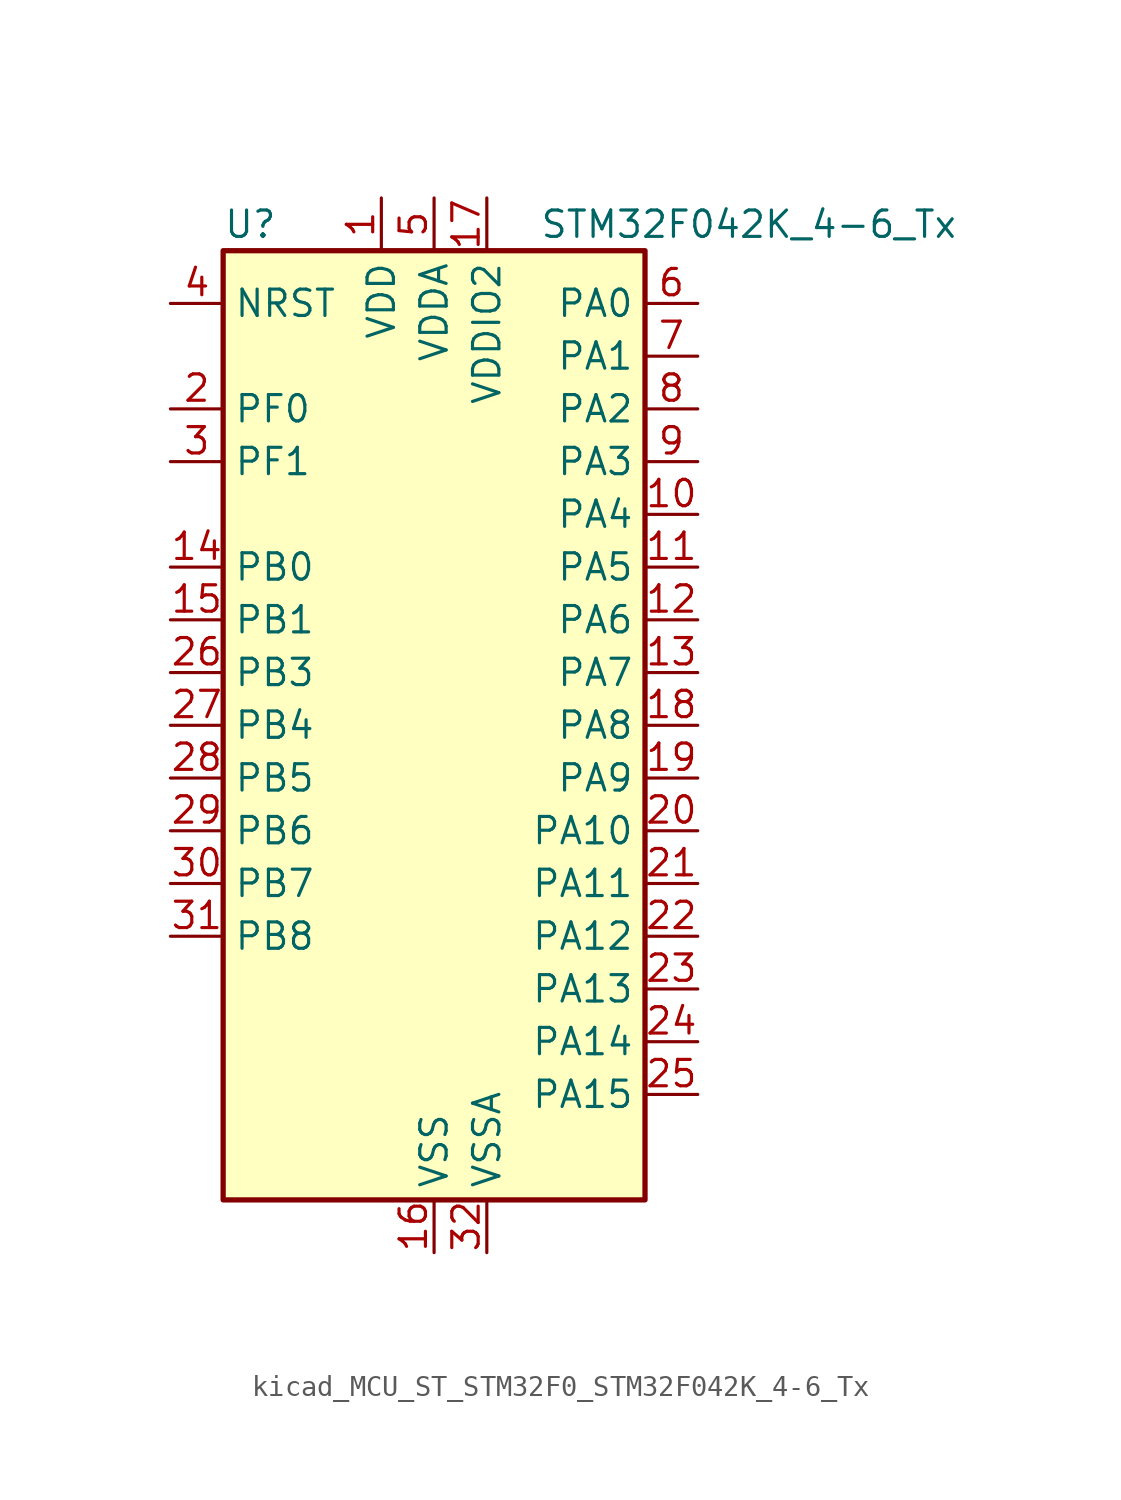
<source format=kicad_sym>
(kicad_symbol_lib
  (version 20220914)
  (generator kicad_symbol_editor)
  (symbol "kicad_MCU_ST_STM32F0_STM32F042K_4-6_Tx"
    (property "Reference" "U"
      (at -10.16 24.13 0)
      (effects (font (size 1.27 1.27)) (justify left)))
    (property "Value" "STM32F042K_4-6_Tx"
      (at 5.08 24.13 0)
      (effects (font (size 1.27 1.27)) (justify left)))
    (property "ki_locked" ""
      (at 0 0 0)
      (effects (font (size 1.27 1.27))))
    (symbol "kicad_MCU_ST_STM32F0_STM32F042K_4-6_Tx_0_1"
      (rectangle (start -10.16 -22.86) (end 10.16 22.86) (stroke (width 0.254) (type default)) (fill (type background))))
    (symbol "kicad_MCU_ST_STM32F0_STM32F042K_4-6_Tx_1_1"
      (pin power_in line (at -2.54 25.4 270) (length 2.54) (name "VDD" (effects (font (size 1.27 1.27)))) (number "1" (effects (font (size 1.27 1.27)))))
      (pin bidirectional line (at 12.7 10.16 180) (length 2.54) (name "PA4" (effects (font (size 1.27 1.27)))) (number "10" (effects (font (size 1.27 1.27)))) (alternate "ADC_IN4" bidirectional line) (alternate "I2S1_WS" bidirectional line) (alternate "SPI1_NSS" bidirectional line) (alternate "TIM14_CH1" bidirectional line) (alternate "TSC_G2_IO1" bidirectional line) (alternate "USART2_CK" bidirectional line) (alternate "USB_NOE" bidirectional line))
      (pin bidirectional line (at 12.7 7.62 180) (length 2.54) (name "PA5" (effects (font (size 1.27 1.27)))) (number "11" (effects (font (size 1.27 1.27)))) (alternate "ADC_IN5" bidirectional line) (alternate "CEC" bidirectional line) (alternate "I2S1_CK" bidirectional line) (alternate "SPI1_SCK" bidirectional line) (alternate "TIM2_CH1" bidirectional line) (alternate "TIM2_ETR" bidirectional line) (alternate "TSC_G2_IO2" bidirectional line))
      (pin bidirectional line (at 12.7 5.08 180) (length 2.54) (name "PA6" (effects (font (size 1.27 1.27)))) (number "12" (effects (font (size 1.27 1.27)))) (alternate "ADC_IN6" bidirectional line) (alternate "I2S1_MCK" bidirectional line) (alternate "SPI1_MISO" bidirectional line) (alternate "TIM16_CH1" bidirectional line) (alternate "TIM1_BKIN" bidirectional line) (alternate "TIM3_CH1" bidirectional line) (alternate "TSC_G2_IO3" bidirectional line))
      (pin bidirectional line (at 12.7 2.54 180) (length 2.54) (name "PA7" (effects (font (size 1.27 1.27)))) (number "13" (effects (font (size 1.27 1.27)))) (alternate "ADC_IN7" bidirectional line) (alternate "I2S1_SD" bidirectional line) (alternate "SPI1_MOSI" bidirectional line) (alternate "TIM14_CH1" bidirectional line) (alternate "TIM17_CH1" bidirectional line) (alternate "TIM1_CH1N" bidirectional line) (alternate "TIM3_CH2" bidirectional line) (alternate "TSC_G2_IO4" bidirectional line))
      (pin bidirectional line (at -12.7 7.62 0) (length 2.54) (name "PB0" (effects (font (size 1.27 1.27)))) (number "14" (effects (font (size 1.27 1.27)))) (alternate "ADC_IN8" bidirectional line) (alternate "TIM1_CH2N" bidirectional line) (alternate "TIM3_CH3" bidirectional line) (alternate "TSC_G3_IO2" bidirectional line))
      (pin bidirectional line (at -12.7 5.08 0) (length 2.54) (name "PB1" (effects (font (size 1.27 1.27)))) (number "15" (effects (font (size 1.27 1.27)))) (alternate "ADC_IN9" bidirectional line) (alternate "TIM14_CH1" bidirectional line) (alternate "TIM1_CH3N" bidirectional line) (alternate "TIM3_CH4" bidirectional line) (alternate "TSC_G3_IO3" bidirectional line))
      (pin power_in line (at 0 -25.4 90) (length 2.54) (name "VSS" (effects (font (size 1.27 1.27)))) (number "16" (effects (font (size 1.27 1.27)))))
      (pin power_in line (at 2.54 25.4 270) (length 2.54) (name "VDDIO2" (effects (font (size 1.27 1.27)))) (number "17" (effects (font (size 1.27 1.27)))))
      (pin bidirectional line (at 12.7 0 180) (length 2.54) (name "PA8" (effects (font (size 1.27 1.27)))) (number "18" (effects (font (size 1.27 1.27)))) (alternate "CRS_SYNC" bidirectional line) (alternate "RCC_MCO" bidirectional line) (alternate "TIM1_CH1" bidirectional line) (alternate "USART1_CK" bidirectional line))
      (pin bidirectional line (at 12.7 -2.54 180) (length 2.54) (name "PA9" (effects (font (size 1.27 1.27)))) (number "19" (effects (font (size 1.27 1.27)))) (alternate "I2C1_SCL" bidirectional line) (alternate "TIM1_CH2" bidirectional line) (alternate "TSC_G4_IO1" bidirectional line) (alternate "USART1_TX" bidirectional line))
      (pin bidirectional line (at -12.7 15.24 0) (length 2.54) (name "PF0" (effects (font (size 1.27 1.27)))) (number "2" (effects (font (size 1.27 1.27)))) (alternate "CRS_SYNC" bidirectional line) (alternate "I2C1_SDA" bidirectional line) (alternate "RCC_OSC_IN" bidirectional line))
      (pin bidirectional line (at 12.7 -5.08 180) (length 2.54) (name "PA10" (effects (font (size 1.27 1.27)))) (number "20" (effects (font (size 1.27 1.27)))) (alternate "I2C1_SDA" bidirectional line) (alternate "TIM17_BKIN" bidirectional line) (alternate "TIM1_CH3" bidirectional line) (alternate "TSC_G4_IO2" bidirectional line) (alternate "USART1_RX" bidirectional line))
      (pin bidirectional line (at 12.7 -7.62 180) (length 2.54) (name "PA11" (effects (font (size 1.27 1.27)))) (number "21" (effects (font (size 1.27 1.27)))) (alternate "CAN_RX" bidirectional line) (alternate "I2C1_SCL" bidirectional line) (alternate "TIM1_CH4" bidirectional line) (alternate "TSC_G4_IO3" bidirectional line) (alternate "USART1_CTS" bidirectional line) (alternate "USB_DM" bidirectional line))
      (pin bidirectional line (at 12.7 -10.16 180) (length 2.54) (name "PA12" (effects (font (size 1.27 1.27)))) (number "22" (effects (font (size 1.27 1.27)))) (alternate "CAN_TX" bidirectional line) (alternate "I2C1_SDA" bidirectional line) (alternate "TIM1_ETR" bidirectional line) (alternate "TSC_G4_IO4" bidirectional line) (alternate "USART1_DE" bidirectional line) (alternate "USART1_RTS" bidirectional line) (alternate "USB_DP" bidirectional line))
      (pin bidirectional line (at 12.7 -12.7 180) (length 2.54) (name "PA13" (effects (font (size 1.27 1.27)))) (number "23" (effects (font (size 1.27 1.27)))) (alternate "IR_OUT" bidirectional line) (alternate "SYS_SWDIO" bidirectional line) (alternate "USB_NOE" bidirectional line))
      (pin bidirectional line (at 12.7 -15.24 180) (length 2.54) (name "PA14" (effects (font (size 1.27 1.27)))) (number "24" (effects (font (size 1.27 1.27)))) (alternate "SYS_SWCLK" bidirectional line) (alternate "USART2_TX" bidirectional line))
      (pin bidirectional line (at 12.7 -17.78 180) (length 2.54) (name "PA15" (effects (font (size 1.27 1.27)))) (number "25" (effects (font (size 1.27 1.27)))) (alternate "I2S1_WS" bidirectional line) (alternate "SPI1_NSS" bidirectional line) (alternate "TIM2_CH1" bidirectional line) (alternate "TIM2_ETR" bidirectional line) (alternate "USART2_RX" bidirectional line) (alternate "USB_NOE" bidirectional line))
      (pin bidirectional line (at -12.7 2.54 0) (length 2.54) (name "PB3" (effects (font (size 1.27 1.27)))) (number "26" (effects (font (size 1.27 1.27)))) (alternate "I2S1_CK" bidirectional line) (alternate "SPI1_SCK" bidirectional line) (alternate "TIM2_CH2" bidirectional line) (alternate "TSC_G5_IO1" bidirectional line))
      (pin bidirectional line (at -12.7 0 0) (length 2.54) (name "PB4" (effects (font (size 1.27 1.27)))) (number "27" (effects (font (size 1.27 1.27)))) (alternate "I2S1_MCK" bidirectional line) (alternate "SPI1_MISO" bidirectional line) (alternate "TIM17_BKIN" bidirectional line) (alternate "TIM3_CH1" bidirectional line) (alternate "TSC_G5_IO2" bidirectional line))
      (pin bidirectional line (at -12.7 -2.54 0) (length 2.54) (name "PB5" (effects (font (size 1.27 1.27)))) (number "28" (effects (font (size 1.27 1.27)))) (alternate "I2C1_SMBA" bidirectional line) (alternate "I2S1_SD" bidirectional line) (alternate "SPI1_MOSI" bidirectional line) (alternate "SYS_WKUP6" bidirectional line) (alternate "TIM16_BKIN" bidirectional line) (alternate "TIM3_CH2" bidirectional line))
      (pin bidirectional line (at -12.7 -5.08 0) (length 2.54) (name "PB6" (effects (font (size 1.27 1.27)))) (number "29" (effects (font (size 1.27 1.27)))) (alternate "I2C1_SCL" bidirectional line) (alternate "TIM16_CH1N" bidirectional line) (alternate "TSC_G5_IO3" bidirectional line) (alternate "USART1_TX" bidirectional line))
      (pin bidirectional line (at -12.7 12.7 0) (length 2.54) (name "PF1" (effects (font (size 1.27 1.27)))) (number "3" (effects (font (size 1.27 1.27)))) (alternate "I2C1_SCL" bidirectional line) (alternate "RCC_OSC_OUT" bidirectional line))
      (pin bidirectional line (at -12.7 -7.62 0) (length 2.54) (name "PB7" (effects (font (size 1.27 1.27)))) (number "30" (effects (font (size 1.27 1.27)))) (alternate "I2C1_SDA" bidirectional line) (alternate "TIM17_CH1N" bidirectional line) (alternate "TSC_G5_IO4" bidirectional line) (alternate "USART1_RX" bidirectional line))
      (pin bidirectional line (at -12.7 -10.16 0) (length 2.54) (name "PB8" (effects (font (size 1.27 1.27)))) (number "31" (effects (font (size 1.27 1.27)))) (alternate "CAN_RX" bidirectional line) (alternate "CEC" bidirectional line) (alternate "I2C1_SCL" bidirectional line) (alternate "TIM16_CH1" bidirectional line) (alternate "TSC_SYNC" bidirectional line))
      (pin power_in line (at 2.54 -25.4 90) (length 2.54) (name "VSSA" (effects (font (size 1.27 1.27)))) (number "32" (effects (font (size 1.27 1.27)))))
      (pin input line (at -12.7 20.32 0) (length 2.54) (name "NRST" (effects (font (size 1.27 1.27)))) (number "4" (effects (font (size 1.27 1.27)))))
      (pin power_in line (at 0 25.4 270) (length 2.54) (name "VDDA" (effects (font (size 1.27 1.27)))) (number "5" (effects (font (size 1.27 1.27)))))
      (pin bidirectional line (at 12.7 20.32 180) (length 2.54) (name "PA0" (effects (font (size 1.27 1.27)))) (number "6" (effects (font (size 1.27 1.27)))) (alternate "ADC_IN0" bidirectional line) (alternate "RTC_TAMP2" bidirectional line) (alternate "SYS_WKUP1" bidirectional line) (alternate "TIM2_CH1" bidirectional line) (alternate "TIM2_ETR" bidirectional line) (alternate "TSC_G1_IO1" bidirectional line) (alternate "USART2_CTS" bidirectional line))
      (pin bidirectional line (at 12.7 17.78 180) (length 2.54) (name "PA1" (effects (font (size 1.27 1.27)))) (number "7" (effects (font (size 1.27 1.27)))) (alternate "ADC_IN1" bidirectional line) (alternate "TIM2_CH2" bidirectional line) (alternate "TSC_G1_IO2" bidirectional line) (alternate "USART2_DE" bidirectional line) (alternate "USART2_RTS" bidirectional line))
      (pin bidirectional line (at 12.7 15.24 180) (length 2.54) (name "PA2" (effects (font (size 1.27 1.27)))) (number "8" (effects (font (size 1.27 1.27)))) (alternate "ADC_IN2" bidirectional line) (alternate "SYS_WKUP4" bidirectional line) (alternate "TIM2_CH3" bidirectional line) (alternate "TSC_G1_IO3" bidirectional line) (alternate "USART2_TX" bidirectional line))
      (pin bidirectional line (at 12.7 12.7 180) (length 2.54) (name "PA3" (effects (font (size 1.27 1.27)))) (number "9" (effects (font (size 1.27 1.27)))) (alternate "ADC_IN3" bidirectional line) (alternate "TIM2_CH4" bidirectional line) (alternate "TSC_G1_IO4" bidirectional line) (alternate "USART2_RX" bidirectional line)))))
</source>
